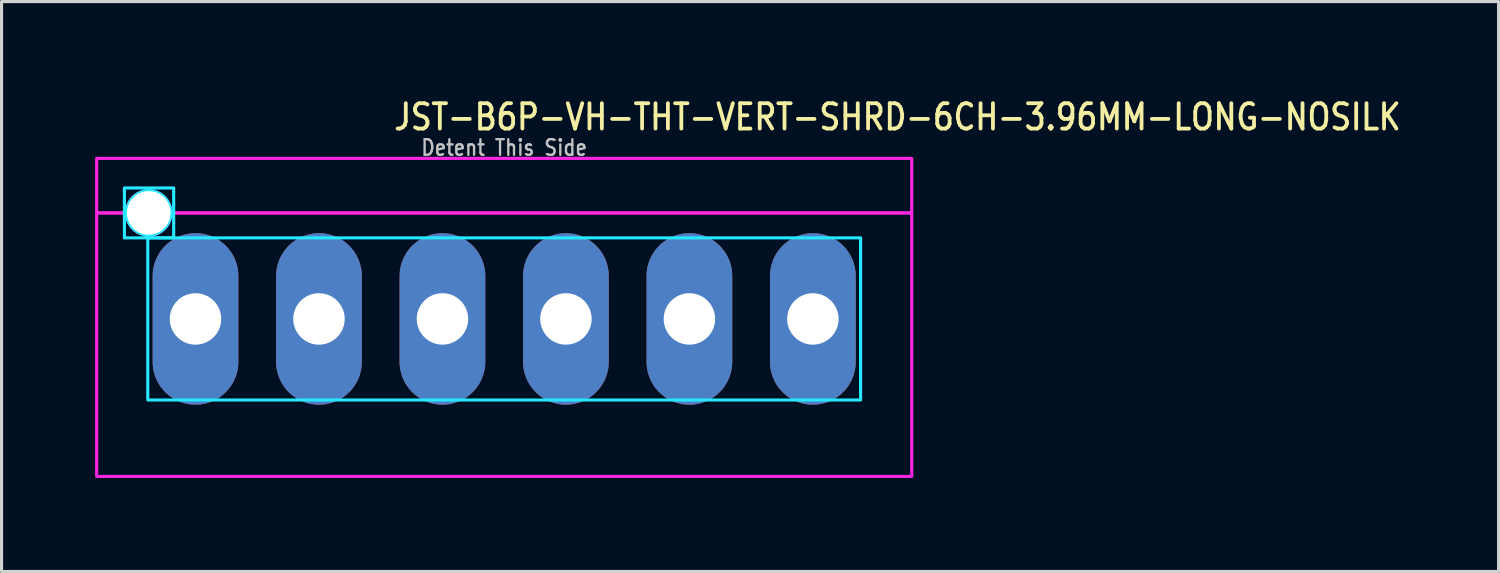
<source format=kicad_pcb>
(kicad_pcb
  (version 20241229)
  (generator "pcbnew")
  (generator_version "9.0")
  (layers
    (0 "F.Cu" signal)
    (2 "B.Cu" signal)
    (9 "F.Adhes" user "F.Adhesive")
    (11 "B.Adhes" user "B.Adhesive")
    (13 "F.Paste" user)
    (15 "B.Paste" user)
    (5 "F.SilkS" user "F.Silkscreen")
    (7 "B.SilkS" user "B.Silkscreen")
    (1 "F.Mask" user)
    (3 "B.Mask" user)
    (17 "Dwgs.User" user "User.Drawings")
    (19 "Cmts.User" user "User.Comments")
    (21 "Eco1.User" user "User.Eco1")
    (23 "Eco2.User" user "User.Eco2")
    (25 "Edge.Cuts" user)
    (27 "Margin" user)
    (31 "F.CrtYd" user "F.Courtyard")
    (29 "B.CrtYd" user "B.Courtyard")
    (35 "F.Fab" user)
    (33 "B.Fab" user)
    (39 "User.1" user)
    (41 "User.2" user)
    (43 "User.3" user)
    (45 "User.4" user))
  (footprint "JST-B6P-VH-THT-VERT-SHRD-6CH-3.96MM-LONG-NOSILK"
    (layer "F.Cu")
    (at 13.12 7.179)
    (property "Reference" "JST-B6P-VH-THT-VERT-SHRD-6CH-3.96MM-LONG-NOSILK" (at -3.6 -6 0) (unlocked yes) (layer "F.SilkS") (effects (font (size 0.813 0.695) (thickness 0.122)) (justify left bottom)))
    (fp_poly (pts (xy -11.43 -2.6) (xy -11.43 2.6) (xy 11.43 2.6) (xy 11.43 -2.6)) (stroke (width 0.1) (type solid)) (fill no) (layer "B.CrtYd"))
    (fp_poly (pts (xy -12.18 -3.4) (xy -12.18 -4.2) (xy -10.6 -4.2) (xy -10.6 -3.4) (xy -10.69 -3.4) (xy -10.69 -3.4) (xy -10.69 -3.411) (xy -10.69 -3.411) (xy -10.69 -3.422) (xy -10.69 -3.422) (xy -10.691 -3.433) (xy -10.691 -3.434) (xy -10.691 -3.445) (xy -10.691 -3.445) (xy -10.692 -3.456) (xy -10.692 -3.456) (xy -10.693 -3.467) (xy -10.693 -3.467) (xy -10.694 -3.478) (xy -10.694 -3.478) (xy -10.696 -3.489) (xy -10.696 -3.489) (xy -10.697 -3.5) (xy -10.697 -3.5) (xy -10.699 -3.511) (xy -10.699 -3.511) (xy -10.701 -3.522) (xy -10.701 -3.522) (xy -10.703 -3.533) (xy -10.703 -3.533) (xy -10.705 -3.544) (xy -10.705 -3.544) (xy -10.707 -3.555) (xy -10.707 -3.555) (xy -10.71 -3.566) (xy -10.71 -3.566) (xy -10.712 -3.576) (xy -10.712 -3.577) (xy -10.715 -3.587) (xy -10.715 -3.587) (xy -10.718 -3.598) (xy -10.718 -3.598) (xy -10.721 -3.609) (xy -10.721 -3.609) (xy -10.725 -3.619) (xy -10.725 -3.619) (xy -10.728 -3.63) (xy -10.728 -3.63) (xy -10.732 -3.64) (xy -10.732 -3.641) (xy -10.736 -3.651) (xy -10.736 -3.651) (xy -10.74 -3.661) (xy -10.74 -3.661) (xy -10.744 -3.672) (xy -10.744 -3.672) (xy -10.748 -3.682) (xy -10.748 -3.682) (xy -10.753 -3.692) (xy -10.753 -3.692) (xy -10.758 -3.702) (xy -10.758 -3.702) (xy -10.762 -3.712) (xy -10.762 -3.712) (xy -10.767 -3.722) (xy -10.767 -3.722) (xy -10.772 -3.732) (xy -10.773 -3.732) (xy -10.778 -3.742) (xy -10.778 -3.742) (xy -10.783 -3.752) (xy -10.783 -3.752) (xy -10.789 -3.761) (xy -10.789 -3.761) (xy -10.795 -3.771) (xy -10.795 -3.771) (xy -10.8 -3.78) (xy -10.801 -3.781) (xy -10.807 -3.79) (xy -10.807 -3.79) (xy -10.813 -3.799) (xy -10.813 -3.799) (xy -10.819 -3.808) (xy -10.819 -3.808) (xy -10.826 -3.817) (xy -10.826 -3.817) (xy -10.832 -3.826) (xy -10.832 -3.826) (xy -10.839 -3.835) (xy -10.839 -3.835) (xy -10.846 -3.844) (xy -10.846 -3.844) (xy -10.853 -3.853) (xy -10.853 -3.853) (xy -10.86 -3.861) (xy -10.86 -3.861) (xy -10.867 -3.869) (xy -10.867 -3.87) (xy -10.875 -3.878) (xy -10.875 -3.878) (xy -10.882 -3.886) (xy -10.882 -3.886) (xy -10.89 -3.894) (xy -10.89 -3.894) (xy -10.898 -3.902) (xy -10.898 -3.902) (xy -10.906 -3.91) (xy -10.906 -3.91) (xy -10.914 -3.918) (xy -10.914 -3.918) (xy -10.922 -3.925) (xy -10.922 -3.925) (xy -10.93 -3.933) (xy -10.931 -3.933) (xy -10.939 -3.94) (xy -10.939 -3.94) (xy -10.947 -3.947) (xy -10.947 -3.947) (xy -10.956 -3.954) (xy -10.956 -3.954) (xy -10.965 -3.961) (xy -10.965 -3.961) (xy -10.974 -3.968) (xy -10.974 -3.968) (xy -10.983 -3.974) (xy -10.983 -3.974) (xy -10.992 -3.981) (xy -10.992 -3.981) (xy -11.001 -3.987) (xy -11.001 -3.987) (xy -11.01 -3.993) (xy -11.01 -3.993) (xy -11.019 -3.999) (xy -11.02 -4) (xy -11.029 -4.005) (xy -11.029 -4.005) (xy -11.039 -4.011) (xy -11.039 -4.011) (xy -11.048 -4.017) (xy -11.048 -4.017) (xy -11.058 -4.022) (xy -11.058 -4.022) (xy -11.068 -4.027) (xy -11.068 -4.028) (xy -11.078 -4.033) (xy -11.078 -4.033) (xy -11.088 -4.038) (xy -11.088 -4.038) (xy -11.098 -4.042) (xy -11.098 -4.042) (xy -11.108 -4.047) (xy -11.108 -4.047) (xy -11.118 -4.052) (xy -11.118 -4.052) (xy -11.128 -4.056) (xy -11.128 -4.056) (xy -11.139 -4.06) (xy -11.139 -4.06) (xy -11.149 -4.064) (xy -11.149 -4.064) (xy -11.159 -4.068) (xy -11.16 -4.068) (xy -11.17 -4.072) (xy -11.17 -4.072) (xy -11.181 -4.075) (xy -11.181 -4.075) (xy -11.191 -4.079) (xy -11.191 -4.079) (xy -11.202 -4.082) (xy -11.202 -4.082) (xy -11.213 -4.085) (xy -11.213 -4.085) (xy -11.223 -4.088) (xy -11.224 -4.088) (xy -11.234 -4.09) (xy -11.234 -4.09) (xy -11.245 -4.093) (xy -11.245 -4.093) (xy -11.256 -4.095) (xy -11.256 -4.095) (xy -11.267 -4.097) (xy -11.267 -4.097) (xy -11.278 -4.099) (xy -11.278 -4.099) (xy -11.289 -4.101) (xy -11.289 -4.101) (xy -11.3 -4.103) (xy -11.3 -4.103) (xy -11.311 -4.104) (xy -11.311 -4.104) (xy -11.322 -4.106) (xy -11.322 -4.106) (xy -11.333 -4.107) (xy -11.333 -4.107) (xy -11.344 -4.108) (xy -11.344 -4.108) (xy -11.355 -4.109) (xy -11.355 -4.109) (xy -11.366 -4.109) (xy -11.367 -4.109) (xy -11.378 -4.11) (xy -11.378 -4.11) (xy -11.389 -4.11) (xy -11.389 -4.11) (xy -11.4 -4.11) (xy -11.4 -4.11) (xy -11.411 -4.11) (xy -11.411 -4.11) (xy -11.422 -4.11) (xy -11.422 -4.11) (xy -11.433 -4.109) (xy -11.434 -4.109) (xy -11.445 -4.109) (xy -11.445 -4.109) (xy -11.456 -4.108) (xy -11.456 -4.108) (xy -11.467 -4.107) (xy -11.467 -4.107) (xy -11.478 -4.106) (xy -11.478 -4.106) (xy -11.489 -4.104) (xy -11.489 -4.104) (xy -11.5 -4.103) (xy -11.5 -4.103) (xy -11.511 -4.101) (xy -11.511 -4.101) (xy -11.522 -4.099) (xy -11.522 -4.099) (xy -11.533 -4.097) (xy -11.533 -4.097) (xy -11.544 -4.095) (xy -11.544 -4.095) (xy -11.555 -4.093) (xy -11.555 -4.093) (xy -11.566 -4.09) (xy -11.566 -4.09) (xy -11.576 -4.088) (xy -11.577 -4.088) (xy -11.587 -4.085) (xy -11.587 -4.085) (xy -11.598 -4.082) (xy -11.598 -4.082) (xy -11.609 -4.079) (xy -11.609 -4.079) (xy -11.619 -4.075) (xy -11.619 -4.075) (xy -11.63 -4.072) (xy -11.63 -4.072) (xy -11.64 -4.068) (xy -11.641 -4.068) (xy -11.651 -4.064) (xy -11.651 -4.064) (xy -11.661 -4.06) (xy -11.661 -4.06) (xy -11.672 -4.056) (xy -11.672 -4.056) (xy -11.682 -4.052) (xy -11.682 -4.052) (xy -11.692 -4.047) (xy -11.692 -4.047) (xy -11.702 -4.042) (xy -11.702 -4.042) (xy -11.712 -4.038) (xy -11.712 -4.038) (xy -11.722 -4.033) (xy -11.722 -4.033) (xy -11.732 -4.028) (xy -11.732 -4.027) (xy -11.742 -4.022) (xy -11.742 -4.022) (xy -11.752 -4.017) (xy -11.752 -4.017) (xy -11.761 -4.011) (xy -11.761 -4.011) (xy -11.771 -4.005) (xy -11.771 -4.005) (xy -11.78 -4) (xy -11.781 -3.999) (xy -11.79 -3.993) (xy -11.79 -3.993) (xy -11.799 -3.987) (xy -11.799 -3.987) (xy -11.808 -3.981) (xy -11.808 -3.981) (xy -11.817 -3.974) (xy -11.817 -3.974) (xy -11.826 -3.968) (xy -11.826 -3.968) (xy -11.835 -3.961) (xy -11.835 -3.961) (xy -11.844 -3.954) (xy -11.844 -3.954) (xy -11.853 -3.947) (xy -11.853 -3.947) (xy -11.861 -3.94) (xy -11.861 -3.94) (xy -11.869 -3.933) (xy -11.87 -3.933) (xy -11.878 -3.925) (xy -11.878 -3.925) (xy -11.886 -3.918) (xy -11.886 -3.918) (xy -11.894 -3.91) (xy -11.894 -3.91) (xy -11.902 -3.902) (xy -11.902 -3.902) (xy -11.91 -3.894) (xy -11.91 -3.894) (xy -11.918 -3.886) (xy -11.918 -3.886) (xy -11.925 -3.878) (xy -11.925 -3.878) (xy -11.933 -3.87) (xy -11.933 -3.869) (xy -11.94 -3.861) (xy -11.94 -3.861) (xy -11.947 -3.853) (xy -11.947 -3.853) (xy -11.954 -3.844) (xy -11.954 -3.844) (xy -11.961 -3.835) (xy -11.961 -3.835) (xy -11.968 -3.826) (xy -11.968 -3.826) (xy -11.974 -3.817) (xy -11.974 -3.817) (xy -11.981 -3.808) (xy -11.981 -3.808) (xy -11.987 -3.799) (xy -11.987 -3.799) (xy -11.993 -3.79) (xy -11.993 -3.79) (xy -11.999 -3.781) (xy -12 -3.78) (xy -12.005 -3.771) (xy -12.005 -3.771) (xy -12.011 -3.761) (xy -12.011 -3.761) (xy -12.017 -3.752) (xy -12.017 -3.752) (xy -12.022 -3.742) (xy -12.022 -3.742) (xy -12.027 -3.732) (xy -12.028 -3.732) (xy -12.033 -3.722) (xy -12.033 -3.722) (xy -12.038 -3.712) (xy -12.038 -3.712) (xy -12.042 -3.702) (xy -12.042 -3.702) (xy -12.047 -3.692) (xy -12.047 -3.692) (xy -12.052 -3.682) (xy -12.052 -3.682) (xy -12.056 -3.672) (xy -12.056 -3.672) (xy -12.06 -3.661) (xy -12.06 -3.661) (xy -12.064 -3.651) (xy -12.064 -3.651) (xy -12.068 -3.641) (xy -12.068 -3.64) (xy -12.072 -3.63) (xy -12.072 -3.63) (xy -12.075 -3.619) (xy -12.075 -3.619) (xy -12.079 -3.609) (xy -12.079 -3.609) (xy -12.082 -3.598) (xy -12.082 -3.598) (xy -12.085 -3.587) (xy -12.085 -3.587) (xy -12.088 -3.577) (xy -12.088 -3.576) (xy -12.09 -3.566) (xy -12.09 -3.566) (xy -12.093 -3.555) (xy -12.093 -3.555) (xy -12.095 -3.544) (xy -12.095 -3.544) (xy -12.097 -3.533) (xy -12.097 -3.533) (xy -12.099 -3.522) (xy -12.099 -3.522) (xy -12.101 -3.511) (xy -12.101 -3.511) (xy -12.103 -3.5) (xy -12.103 -3.5) (xy -12.104 -3.489) (xy -12.104 -3.489) (xy -12.106 -3.478) (xy -12.106 -3.478) (xy -12.107 -3.467) (xy -12.107 -3.467) (xy -12.108 -3.456) (xy -12.108 -3.456) (xy -12.109 -3.445) (xy -12.109 -3.445) (xy -12.109 -3.434) (xy -12.109 -3.433) (xy -12.11 -3.422) (xy -12.11 -3.422) (xy -12.11 -3.411) (xy -12.11 -3.411) (xy -12.11 -3.4) (xy -12.11 -3.4)) (stroke (width 0.1) (type solid)) (fill no) (layer "B.CrtYd"))
    (fp_poly (pts (xy -10.6 -2.6) (xy -12.18 -2.6) (xy -12.18 -3.4) (xy -12.11 -3.4) (xy -12.11 -3.4) (xy -12.11 -3.389) (xy -12.11 -3.389) (xy -12.11 -3.378) (xy -12.11 -3.378) (xy -12.109 -3.367) (xy -12.109 -3.366) (xy -12.109 -3.355) (xy -12.109 -3.355) (xy -12.108 -3.344) (xy -12.108 -3.344) (xy -12.107 -3.333) (xy -12.107 -3.333) (xy -12.106 -3.322) (xy -12.106 -3.322) (xy -12.104 -3.311) (xy -12.104 -3.311) (xy -12.103 -3.3) (xy -12.103 -3.3) (xy -12.101 -3.289) (xy -12.101 -3.289) (xy -12.099 -3.278) (xy -12.099 -3.278) (xy -12.097 -3.267) (xy -12.097 -3.267) (xy -12.095 -3.256) (xy -12.095 -3.256) (xy -12.093 -3.245) (xy -12.093 -3.245) (xy -12.09 -3.234) (xy -12.09 -3.234) (xy -12.088 -3.224) (xy -12.088 -3.223) (xy -12.085 -3.213) (xy -12.085 -3.213) (xy -12.082 -3.202) (xy -12.082 -3.202) (xy -12.079 -3.191) (xy -12.079 -3.191) (xy -12.075 -3.181) (xy -12.075 -3.181) (xy -12.072 -3.17) (xy -12.072 -3.17) (xy -12.068 -3.16) (xy -12.068 -3.159) (xy -12.064 -3.149) (xy -12.064 -3.149) (xy -12.06 -3.139) (xy -12.06 -3.139) (xy -12.056 -3.128) (xy -12.056 -3.128) (xy -12.052 -3.118) (xy -12.052 -3.118) (xy -12.047 -3.108) (xy -12.047 -3.108) (xy -12.042 -3.098) (xy -12.042 -3.098) (xy -12.038 -3.088) (xy -12.038 -3.088) (xy -12.033 -3.078) (xy -12.033 -3.078) (xy -12.028 -3.068) (xy -12.027 -3.068) (xy -12.022 -3.058) (xy -12.022 -3.058) (xy -12.017 -3.048) (xy -12.017 -3.048) (xy -12.011 -3.039) (xy -12.011 -3.039) (xy -12.005 -3.029) (xy -12.005 -3.029) (xy -12 -3.02) (xy -11.999 -3.019) (xy -11.993 -3.01) (xy -11.993 -3.01) (xy -11.987 -3.001) (xy -11.987 -3.001) (xy -11.981 -2.992) (xy -11.981 -2.992) (xy -11.974 -2.983) (xy -11.974 -2.983) (xy -11.968 -2.974) (xy -11.968 -2.974) (xy -11.961 -2.965) (xy -11.961 -2.965) (xy -11.954 -2.956) (xy -11.954 -2.956) (xy -11.947 -2.947) (xy -11.947 -2.947) (xy -11.94 -2.939) (xy -11.94 -2.939) (xy -11.933 -2.931) (xy -11.933 -2.93) (xy -11.925 -2.922) (xy -11.925 -2.922) (xy -11.918 -2.914) (xy -11.918 -2.914) (xy -11.91 -2.906) (xy -11.91 -2.906) (xy -11.902 -2.898) (xy -11.902 -2.898) (xy -11.894 -2.89) (xy -11.894 -2.89) (xy -11.886 -2.882) (xy -11.886 -2.882) (xy -11.878 -2.875) (xy -11.878 -2.875) (xy -11.87 -2.867) (xy -11.869 -2.867) (xy -11.861 -2.86) (xy -11.861 -2.86) (xy -11.853 -2.853) (xy -11.853 -2.853) (xy -11.844 -2.846) (xy -11.844 -2.846) (xy -11.835 -2.839) (xy -11.835 -2.839) (xy -11.826 -2.832) (xy -11.826 -2.832) (xy -11.817 -2.826) (xy -11.817 -2.826) (xy -11.808 -2.819) (xy -11.808 -2.819) (xy -11.799 -2.813) (xy -11.799 -2.813) (xy -11.79 -2.807) (xy -11.79 -2.807) (xy -11.781 -2.801) (xy -11.78 -2.8) (xy -11.771 -2.795) (xy -11.771 -2.795) (xy -11.761 -2.789) (xy -11.761 -2.789) (xy -11.752 -2.783) (xy -11.752 -2.783) (xy -11.742 -2.778) (xy -11.742 -2.778) (xy -11.732 -2.773) (xy -11.732 -2.772) (xy -11.722 -2.767) (xy -11.722 -2.767) (xy -11.712 -2.762) (xy -11.712 -2.762) (xy -11.702 -2.758) (xy -11.702 -2.758) (xy -11.692 -2.753) (xy -11.692 -2.753) (xy -11.682 -2.748) (xy -11.682 -2.748) (xy -11.672 -2.744) (xy -11.672 -2.744) (xy -11.661 -2.74) (xy -11.661 -2.74) (xy -11.651 -2.736) (xy -11.651 -2.736) (xy -11.641 -2.732) (xy -11.64 -2.732) (xy -11.63 -2.728) (xy -11.63 -2.728) (xy -11.619 -2.725) (xy -11.619 -2.725) (xy -11.609 -2.721) (xy -11.609 -2.721) (xy -11.598 -2.718) (xy -11.598 -2.718) (xy -11.587 -2.715) (xy -11.587 -2.715) (xy -11.577 -2.712) (xy -11.576 -2.712) (xy -11.566 -2.71) (xy -11.566 -2.71) (xy -11.555 -2.707) (xy -11.555 -2.707) (xy -11.544 -2.705) (xy -11.544 -2.705) (xy -11.533 -2.703) (xy -11.533 -2.703) (xy -11.522 -2.701) (xy -11.522 -2.701) (xy -11.511 -2.699) (xy -11.511 -2.699) (xy -11.5 -2.697) (xy -11.5 -2.697) (xy -11.489 -2.696) (xy -11.489 -2.696) (xy -11.478 -2.694) (xy -11.478 -2.694) (xy -11.467 -2.693) (xy -11.467 -2.693) (xy -11.456 -2.692) (xy -11.456 -2.692) (xy -11.445 -2.691) (xy -11.445 -2.691) (xy -11.434 -2.691) (xy -11.433 -2.691) (xy -11.422 -2.69) (xy -11.422 -2.69) (xy -11.411 -2.69) (xy -11.411 -2.69) (xy -11.4 -2.69) (xy -11.4 -2.69) (xy -11.389 -2.69) (xy -11.389 -2.69) (xy -11.378 -2.69) (xy -11.378 -2.69) (xy -11.367 -2.691) (xy -11.366 -2.691) (xy -11.355 -2.691) (xy -11.355 -2.691) (xy -11.344 -2.692) (xy -11.344 -2.692) (xy -11.333 -2.693) (xy -11.333 -2.693) (xy -11.322 -2.694) (xy -11.322 -2.694) (xy -11.311 -2.696) (xy -11.311 -2.696) (xy -11.3 -2.697) (xy -11.3 -2.697) (xy -11.289 -2.699) (xy -11.289 -2.699) (xy -11.278 -2.701) (xy -11.278 -2.701) (xy -11.267 -2.703) (xy -11.267 -2.703) (xy -11.256 -2.705) (xy -11.256 -2.705) (xy -11.245 -2.707) (xy -11.245 -2.707) (xy -11.234 -2.71) (xy -11.234 -2.71) (xy -11.224 -2.712) (xy -11.223 -2.712) (xy -11.213 -2.715) (xy -11.213 -2.715) (xy -11.202 -2.718) (xy -11.202 -2.718) (xy -11.191 -2.721) (xy -11.191 -2.721) (xy -11.181 -2.725) (xy -11.181 -2.725) (xy -11.17 -2.728) (xy -11.17 -2.728) (xy -11.16 -2.732) (xy -11.159 -2.732) (xy -11.149 -2.736) (xy -11.149 -2.736) (xy -11.139 -2.74) (xy -11.139 -2.74) (xy -11.128 -2.744) (xy -11.128 -2.744) (xy -11.118 -2.748) (xy -11.118 -2.748) (xy -11.108 -2.753) (xy -11.108 -2.753) (xy -11.098 -2.758) (xy -11.098 -2.758) (xy -11.088 -2.762) (xy -11.088 -2.762) (xy -11.078 -2.767) (xy -11.078 -2.767) (xy -11.068 -2.772) (xy -11.068 -2.773) (xy -11.058 -2.778) (xy -11.058 -2.778) (xy -11.048 -2.783) (xy -11.048 -2.783) (xy -11.039 -2.789) (xy -11.039 -2.789) (xy -11.029 -2.795) (xy -11.029 -2.795) (xy -11.02 -2.8) (xy -11.019 -2.801) (xy -11.01 -2.807) (xy -11.01 -2.807) (xy -11.001 -2.813) (xy -11.001 -2.813) (xy -10.992 -2.819) (xy -10.992 -2.819) (xy -10.983 -2.826) (xy -10.983 -2.826) (xy -10.974 -2.832) (xy -10.974 -2.832) (xy -10.965 -2.839) (xy -10.965 -2.839) (xy -10.956 -2.846) (xy -10.956 -2.846) (xy -10.947 -2.853) (xy -10.947 -2.853) (xy -10.939 -2.86) (xy -10.939 -2.86) (xy -10.931 -2.867) (xy -10.93 -2.867) (xy -10.922 -2.875) (xy -10.922 -2.875) (xy -10.914 -2.882) (xy -10.914 -2.882) (xy -10.906 -2.89) (xy -10.906 -2.89) (xy -10.898 -2.898) (xy -10.898 -2.898) (xy -10.89 -2.906) (xy -10.89 -2.906) (xy -10.882 -2.914) (xy -10.882 -2.914) (xy -10.875 -2.922) (xy -10.875 -2.922) (xy -10.867 -2.93) (xy -10.867 -2.931) (xy -10.86 -2.939) (xy -10.86 -2.939) (xy -10.853 -2.947) (xy -10.853 -2.947) (xy -10.846 -2.956) (xy -10.846 -2.956) (xy -10.839 -2.965) (xy -10.839 -2.965) (xy -10.832 -2.974) (xy -10.832 -2.974) (xy -10.826 -2.983) (xy -10.826 -2.983) (xy -10.819 -2.992) (xy -10.819 -2.992) (xy -10.813 -3.001) (xy -10.813 -3.001) (xy -10.807 -3.01) (xy -10.807 -3.01) (xy -10.801 -3.019) (xy -10.8 -3.02) (xy -10.795 -3.029) (xy -10.795 -3.029) (xy -10.789 -3.039) (xy -10.789 -3.039) (xy -10.783 -3.048) (xy -10.783 -3.048) (xy -10.778 -3.058) (xy -10.778 -3.058) (xy -10.773 -3.068) (xy -10.772 -3.068) (xy -10.767 -3.078) (xy -10.767 -3.078) (xy -10.762 -3.088) (xy -10.762 -3.088) (xy -10.758 -3.098) (xy -10.758 -3.098) (xy -10.753 -3.108) (xy -10.753 -3.108) (xy -10.748 -3.118) (xy -10.748 -3.118) (xy -10.744 -3.128) (xy -10.744 -3.128) (xy -10.74 -3.139) (xy -10.74 -3.139) (xy -10.736 -3.149) (xy -10.736 -3.149) (xy -10.732 -3.159) (xy -10.732 -3.16) (xy -10.728 -3.17) (xy -10.728 -3.17) (xy -10.725 -3.181) (xy -10.725 -3.181) (xy -10.721 -3.191) (xy -10.721 -3.191) (xy -10.718 -3.202) (xy -10.718 -3.202) (xy -10.715 -3.213) (xy -10.715 -3.213) (xy -10.712 -3.223) (xy -10.712 -3.224) (xy -10.71 -3.234) (xy -10.71 -3.234) (xy -10.707 -3.245) (xy -10.707 -3.245) (xy -10.705 -3.256) (xy -10.705 -3.256) (xy -10.703 -3.267) (xy -10.703 -3.267) (xy -10.701 -3.278) (xy -10.701 -3.278) (xy -10.699 -3.289) (xy -10.699 -3.289) (xy -10.697 -3.3) (xy -10.697 -3.3) (xy -10.696 -3.311) (xy -10.696 -3.311) (xy -10.694 -3.322) (xy -10.694 -3.322) (xy -10.693 -3.333) (xy -10.693 -3.333) (xy -10.692 -3.344) (xy -10.692 -3.344) (xy -10.691 -3.355) (xy -10.691 -3.355) (xy -10.691 -3.366) (xy -10.691 -3.367) (xy -10.69 -3.378) (xy -10.69 -3.378) (xy -10.69 -3.389) (xy -10.69 -3.389) (xy -10.69 -3.4) (xy -10.69 -3.4) (xy -10.6 -3.4)) (stroke (width 0.1) (type solid)) (fill no) (layer "B.CrtYd"))
    (fp_poly (pts (xy 13.07 -5.15) (xy 13.07 -3.4) (xy -10.69 -3.4) (xy -10.69 -3.4) (xy -10.69 -3.411) (xy -10.69 -3.411) (xy -10.69 -3.422) (xy -10.69 -3.422) (xy -10.691 -3.433) (xy -10.691 -3.434) (xy -10.691 -3.445) (xy -10.691 -3.445) (xy -10.692 -3.456) (xy -10.692 -3.456) (xy -10.693 -3.467) (xy -10.693 -3.467) (xy -10.694 -3.478) (xy -10.694 -3.478) (xy -10.696 -3.489) (xy -10.696 -3.489) (xy -10.697 -3.5) (xy -10.697 -3.5) (xy -10.699 -3.511) (xy -10.699 -3.511) (xy -10.701 -3.522) (xy -10.701 -3.522) (xy -10.703 -3.533) (xy -10.703 -3.533) (xy -10.705 -3.544) (xy -10.705 -3.544) (xy -10.707 -3.555) (xy -10.707 -3.555) (xy -10.71 -3.566) (xy -10.71 -3.566) (xy -10.712 -3.576) (xy -10.712 -3.577) (xy -10.715 -3.587) (xy -10.715 -3.587) (xy -10.718 -3.598) (xy -10.718 -3.598) (xy -10.721 -3.609) (xy -10.721 -3.609) (xy -10.725 -3.619) (xy -10.725 -3.619) (xy -10.728 -3.63) (xy -10.728 -3.63) (xy -10.732 -3.64) (xy -10.732 -3.641) (xy -10.736 -3.651) (xy -10.736 -3.651) (xy -10.74 -3.661) (xy -10.74 -3.661) (xy -10.744 -3.672) (xy -10.744 -3.672) (xy -10.748 -3.682) (xy -10.748 -3.682) (xy -10.753 -3.692) (xy -10.753 -3.692) (xy -10.758 -3.702) (xy -10.758 -3.702) (xy -10.762 -3.712) (xy -10.762 -3.712) (xy -10.767 -3.722) (xy -10.767 -3.722) (xy -10.772 -3.732) (xy -10.773 -3.732) (xy -10.778 -3.742) (xy -10.778 -3.742) (xy -10.783 -3.752) (xy -10.783 -3.752) (xy -10.789 -3.761) (xy -10.789 -3.761) (xy -10.795 -3.771) (xy -10.795 -3.771) (xy -10.8 -3.78) (xy -10.801 -3.781) (xy -10.807 -3.79) (xy -10.807 -3.79) (xy -10.813 -3.799) (xy -10.813 -3.799) (xy -10.819 -3.808) (xy -10.819 -3.808) (xy -10.826 -3.817) (xy -10.826 -3.817) (xy -10.832 -3.826) (xy -10.832 -3.826) (xy -10.839 -3.835) (xy -10.839 -3.835) (xy -10.846 -3.844) (xy -10.846 -3.844) (xy -10.853 -3.853) (xy -10.853 -3.853) (xy -10.86 -3.861) (xy -10.86 -3.861) (xy -10.867 -3.869) (xy -10.867 -3.87) (xy -10.875 -3.878) (xy -10.875 -3.878) (xy -10.882 -3.886) (xy -10.882 -3.886) (xy -10.89 -3.894) (xy -10.89 -3.894) (xy -10.898 -3.902) (xy -10.898 -3.902) (xy -10.906 -3.91) (xy -10.906 -3.91) (xy -10.914 -3.918) (xy -10.914 -3.918) (xy -10.922 -3.925) (xy -10.922 -3.925) (xy -10.93 -3.933) (xy -10.931 -3.933) (xy -10.939 -3.94) (xy -10.939 -3.94) (xy -10.947 -3.947) (xy -10.947 -3.947) (xy -10.956 -3.954) (xy -10.956 -3.954) (xy -10.965 -3.961) (xy -10.965 -3.961) (xy -10.974 -3.968) (xy -10.974 -3.968) (xy -10.983 -3.974) (xy -10.983 -3.974) (xy -10.992 -3.981) (xy -10.992 -3.981) (xy -11.001 -3.987) (xy -11.001 -3.987) (xy -11.01 -3.993) (xy -11.01 -3.993) (xy -11.019 -3.999) (xy -11.02 -4) (xy -11.029 -4.005) (xy -11.029 -4.005) (xy -11.039 -4.011) (xy -11.039 -4.011) (xy -11.048 -4.017) (xy -11.048 -4.017) (xy -11.058 -4.022) (xy -11.058 -4.022) (xy -11.068 -4.027) (xy -11.068 -4.028) (xy -11.078 -4.033) (xy -11.078 -4.033) (xy -11.088 -4.038) (xy -11.088 -4.038) (xy -11.098 -4.042) (xy -11.098 -4.042) (xy -11.108 -4.047) (xy -11.108 -4.047) (xy -11.118 -4.052) (xy -11.118 -4.052) (xy -11.128 -4.056) (xy -11.128 -4.056) (xy -11.139 -4.06) (xy -11.139 -4.06) (xy -11.149 -4.064) (xy -11.149 -4.064) (xy -11.159 -4.068) (xy -11.16 -4.068) (xy -11.17 -4.072) (xy -11.17 -4.072) (xy -11.181 -4.075) (xy -11.181 -4.075) (xy -11.191 -4.079) (xy -11.191 -4.079) (xy -11.202 -4.082) (xy -11.202 -4.082) (xy -11.213 -4.085) (xy -11.213 -4.085) (xy -11.223 -4.088) (xy -11.224 -4.088) (xy -11.234 -4.09) (xy -11.234 -4.09) (xy -11.245 -4.093) (xy -11.245 -4.093) (xy -11.256 -4.095) (xy -11.256 -4.095) (xy -11.267 -4.097) (xy -11.267 -4.097) (xy -11.278 -4.099) (xy -11.278 -4.099) (xy -11.289 -4.101) (xy -11.289 -4.101) (xy -11.3 -4.103) (xy -11.3 -4.103) (xy -11.311 -4.104) (xy -11.311 -4.104) (xy -11.322 -4.106) (xy -11.322 -4.106) (xy -11.333 -4.107) (xy -11.333 -4.107) (xy -11.344 -4.108) (xy -11.344 -4.108) (xy -11.355 -4.109) (xy -11.355 -4.109) (xy -11.366 -4.109) (xy -11.367 -4.109) (xy -11.378 -4.11) (xy -11.378 -4.11) (xy -11.389 -4.11) (xy -11.389 -4.11) (xy -11.4 -4.11) (xy -11.4 -4.11) (xy -11.411 -4.11) (xy -11.411 -4.11) (xy -11.422 -4.11) (xy -11.422 -4.11) (xy -11.433 -4.109) (xy -11.434 -4.109) (xy -11.445 -4.109) (xy -11.445 -4.109) (xy -11.456 -4.108) (xy -11.456 -4.108) (xy -11.467 -4.107) (xy -11.467 -4.107) (xy -11.478 -4.106) (xy -11.478 -4.106) (xy -11.489 -4.104) (xy -11.489 -4.104) (xy -11.5 -4.103) (xy -11.5 -4.103) (xy -11.511 -4.101) (xy -11.511 -4.101) (xy -11.522 -4.099) (xy -11.522 -4.099) (xy -11.533 -4.097) (xy -11.533 -4.097) (xy -11.544 -4.095) (xy -11.544 -4.095) (xy -11.555 -4.093) (xy -11.555 -4.093) (xy -11.566 -4.09) (xy -11.566 -4.09) (xy -11.576 -4.088) (xy -11.577 -4.088) (xy -11.587 -4.085) (xy -11.587 -4.085) (xy -11.598 -4.082) (xy -11.598 -4.082) (xy -11.609 -4.079) (xy -11.609 -4.079) (xy -11.619 -4.075) (xy -11.619 -4.075) (xy -11.63 -4.072) (xy -11.63 -4.072) (xy -11.64 -4.068) (xy -11.641 -4.068) (xy -11.651 -4.064) (xy -11.651 -4.064) (xy -11.661 -4.06) (xy -11.661 -4.06) (xy -11.672 -4.056) (xy -11.672 -4.056) (xy -11.682 -4.052) (xy -11.682 -4.052) (xy -11.692 -4.047) (xy -11.692 -4.047) (xy -11.702 -4.042) (xy -11.702 -4.042) (xy -11.712 -4.038) (xy -11.712 -4.038) (xy -11.722 -4.033) (xy -11.722 -4.033) (xy -11.732 -4.028) (xy -11.732 -4.027) (xy -11.742 -4.022) (xy -11.742 -4.022) (xy -11.752 -4.017) (xy -11.752 -4.017) (xy -11.761 -4.011) (xy -11.761 -4.011) (xy -11.771 -4.005) (xy -11.771 -4.005) (xy -11.78 -4) (xy -11.781 -3.999) (xy -11.79 -3.993) (xy -11.79 -3.993) (xy -11.799 -3.987) (xy -11.799 -3.987) (xy -11.808 -3.981) (xy -11.808 -3.981) (xy -11.817 -3.974) (xy -11.817 -3.974) (xy -11.826 -3.968) (xy -11.826 -3.968) (xy -11.835 -3.961) (xy -11.835 -3.961) (xy -11.844 -3.954) (xy -11.844 -3.954) (xy -11.853 -3.947) (xy -11.853 -3.947) (xy -11.861 -3.94) (xy -11.861 -3.94) (xy -11.869 -3.933) (xy -11.87 -3.933) (xy -11.878 -3.925) (xy -11.878 -3.925) (xy -11.886 -3.918) (xy -11.886 -3.918) (xy -11.894 -3.91) (xy -11.894 -3.91) (xy -11.902 -3.902) (xy -11.902 -3.902) (xy -11.91 -3.894) (xy -11.91 -3.894) (xy -11.918 -3.886) (xy -11.918 -3.886) (xy -11.925 -3.878) (xy -11.925 -3.878) (xy -11.933 -3.87) (xy -11.933 -3.869) (xy -11.94 -3.861) (xy -11.94 -3.861) (xy -11.947 -3.853) (xy -11.947 -3.853) (xy -11.954 -3.844) (xy -11.954 -3.844) (xy -11.961 -3.835) (xy -11.961 -3.835) (xy -11.968 -3.826) (xy -11.968 -3.826) (xy -11.974 -3.817) (xy -11.974 -3.817) (xy -11.981 -3.808) (xy -11.981 -3.808) (xy -11.987 -3.799) (xy -11.987 -3.799) (xy -11.993 -3.79) (xy -11.993 -3.79) (xy -11.999 -3.781) (xy -12 -3.78) (xy -12.005 -3.771) (xy -12.005 -3.771) (xy -12.011 -3.761) (xy -12.011 -3.761) (xy -12.017 -3.752) (xy -12.017 -3.752) (xy -12.022 -3.742) (xy -12.022 -3.742) (xy -12.027 -3.732) (xy -12.028 -3.732) (xy -12.033 -3.722) (xy -12.033 -3.722) (xy -12.038 -3.712) (xy -12.038 -3.712) (xy -12.042 -3.702) (xy -12.042 -3.702) (xy -12.047 -3.692) (xy -12.047 -3.692) (xy -12.052 -3.682) (xy -12.052 -3.682) (xy -12.056 -3.672) (xy -12.056 -3.672) (xy -12.06 -3.661) (xy -12.06 -3.661) (xy -12.064 -3.651) (xy -12.064 -3.651) (xy -12.068 -3.641) (xy -12.068 -3.64) (xy -12.072 -3.63) (xy -12.072 -3.63) (xy -12.075 -3.619) (xy -12.075 -3.619) (xy -12.079 -3.609) (xy -12.079 -3.609) (xy -12.082 -3.598) (xy -12.082 -3.598) (xy -12.085 -3.587) (xy -12.085 -3.587) (xy -12.088 -3.577) (xy -12.088 -3.576) (xy -12.09 -3.566) (xy -12.09 -3.566) (xy -12.093 -3.555) (xy -12.093 -3.555) (xy -12.095 -3.544) (xy -12.095 -3.544) (xy -12.097 -3.533) (xy -12.097 -3.533) (xy -12.099 -3.522) (xy -12.099 -3.522) (xy -12.101 -3.511) (xy -12.101 -3.511) (xy -12.103 -3.5) (xy -12.103 -3.5) (xy -12.104 -3.489) (xy -12.104 -3.489) (xy -12.106 -3.478) (xy -12.106 -3.478) (xy -12.107 -3.467) (xy -12.107 -3.467) (xy -12.108 -3.456) (xy -12.108 -3.456) (xy -12.109 -3.445) (xy -12.109 -3.445) (xy -12.109 -3.434) (xy -12.109 -3.433) (xy -12.11 -3.422) (xy -12.11 -3.422) (xy -12.11 -3.411) (xy -12.11 -3.411) (xy -12.11 -3.4) (xy -12.11 -3.4) (xy -13.07 -3.4) (xy -13.07 -5.15)) (stroke (width 0.1) (type solid)) (fill no) (layer "F.CrtYd"))
    (fp_poly (pts (xy 13.07 -3.4) (xy 13.07 5.05) (xy -13.07 5.05) (xy -13.07 -3.4) (xy -12.11 -3.4) (xy -12.11 -3.4) (xy -12.11 -3.389) (xy -12.11 -3.389) (xy -12.11 -3.378) (xy -12.11 -3.378) (xy -12.109 -3.367) (xy -12.109 -3.366) (xy -12.109 -3.355) (xy -12.109 -3.355) (xy -12.108 -3.344) (xy -12.108 -3.344) (xy -12.107 -3.333) (xy -12.107 -3.333) (xy -12.106 -3.322) (xy -12.106 -3.322) (xy -12.104 -3.311) (xy -12.104 -3.311) (xy -12.103 -3.3) (xy -12.103 -3.3) (xy -12.101 -3.289) (xy -12.101 -3.289) (xy -12.099 -3.278) (xy -12.099 -3.278) (xy -12.097 -3.267) (xy -12.097 -3.267) (xy -12.095 -3.256) (xy -12.095 -3.256) (xy -12.093 -3.245) (xy -12.093 -3.245) (xy -12.09 -3.234) (xy -12.09 -3.234) (xy -12.088 -3.224) (xy -12.088 -3.223) (xy -12.085 -3.213) (xy -12.085 -3.213) (xy -12.082 -3.202) (xy -12.082 -3.202) (xy -12.079 -3.191) (xy -12.079 -3.191) (xy -12.075 -3.181) (xy -12.075 -3.181) (xy -12.072 -3.17) (xy -12.072 -3.17) (xy -12.068 -3.16) (xy -12.068 -3.159) (xy -12.064 -3.149) (xy -12.064 -3.149) (xy -12.06 -3.139) (xy -12.06 -3.139) (xy -12.056 -3.128) (xy -12.056 -3.128) (xy -12.052 -3.118) (xy -12.052 -3.118) (xy -12.047 -3.108) (xy -12.047 -3.108) (xy -12.042 -3.098) (xy -12.042 -3.098) (xy -12.038 -3.088) (xy -12.038 -3.088) (xy -12.033 -3.078) (xy -12.033 -3.078) (xy -12.028 -3.068) (xy -12.027 -3.068) (xy -12.022 -3.058) (xy -12.022 -3.058) (xy -12.017 -3.048) (xy -12.017 -3.048) (xy -12.011 -3.039) (xy -12.011 -3.039) (xy -12.005 -3.029) (xy -12.005 -3.029) (xy -12 -3.02) (xy -11.999 -3.019) (xy -11.993 -3.01) (xy -11.993 -3.01) (xy -11.987 -3.001) (xy -11.987 -3.001) (xy -11.981 -2.992) (xy -11.981 -2.992) (xy -11.974 -2.983) (xy -11.974 -2.983) (xy -11.968 -2.974) (xy -11.968 -2.974) (xy -11.961 -2.965) (xy -11.961 -2.965) (xy -11.954 -2.956) (xy -11.954 -2.956) (xy -11.947 -2.947) (xy -11.947 -2.947) (xy -11.94 -2.939) (xy -11.94 -2.939) (xy -11.933 -2.931) (xy -11.933 -2.93) (xy -11.925 -2.922) (xy -11.925 -2.922) (xy -11.918 -2.914) (xy -11.918 -2.914) (xy -11.91 -2.906) (xy -11.91 -2.906) (xy -11.902 -2.898) (xy -11.902 -2.898) (xy -11.894 -2.89) (xy -11.894 -2.89) (xy -11.886 -2.882) (xy -11.886 -2.882) (xy -11.878 -2.875) (xy -11.878 -2.875) (xy -11.87 -2.867) (xy -11.869 -2.867) (xy -11.861 -2.86) (xy -11.861 -2.86) (xy -11.853 -2.853) (xy -11.853 -2.853) (xy -11.844 -2.846) (xy -11.844 -2.846) (xy -11.835 -2.839) (xy -11.835 -2.839) (xy -11.826 -2.832) (xy -11.826 -2.832) (xy -11.817 -2.826) (xy -11.817 -2.826) (xy -11.808 -2.819) (xy -11.808 -2.819) (xy -11.799 -2.813) (xy -11.799 -2.813) (xy -11.79 -2.807) (xy -11.79 -2.807) (xy -11.781 -2.801) (xy -11.78 -2.8) (xy -11.771 -2.795) (xy -11.771 -2.795) (xy -11.761 -2.789) (xy -11.761 -2.789) (xy -11.752 -2.783) (xy -11.752 -2.783) (xy -11.742 -2.778) (xy -11.742 -2.778) (xy -11.732 -2.773) (xy -11.732 -2.772) (xy -11.722 -2.767) (xy -11.722 -2.767) (xy -11.712 -2.762) (xy -11.712 -2.762) (xy -11.702 -2.758) (xy -11.702 -2.758) (xy -11.692 -2.753) (xy -11.692 -2.753) (xy -11.682 -2.748) (xy -11.682 -2.748) (xy -11.672 -2.744) (xy -11.672 -2.744) (xy -11.661 -2.74) (xy -11.661 -2.74) (xy -11.651 -2.736) (xy -11.651 -2.736) (xy -11.641 -2.732) (xy -11.64 -2.732) (xy -11.63 -2.728) (xy -11.63 -2.728) (xy -11.619 -2.725) (xy -11.619 -2.725) (xy -11.609 -2.721) (xy -11.609 -2.721) (xy -11.598 -2.718) (xy -11.598 -2.718) (xy -11.587 -2.715) (xy -11.587 -2.715) (xy -11.577 -2.712) (xy -11.576 -2.712) (xy -11.566 -2.71) (xy -11.566 -2.71) (xy -11.555 -2.707) (xy -11.555 -2.707) (xy -11.544 -2.705) (xy -11.544 -2.705) (xy -11.533 -2.703) (xy -11.533 -2.703) (xy -11.522 -2.701) (xy -11.522 -2.701) (xy -11.511 -2.699) (xy -11.511 -2.699) (xy -11.5 -2.697) (xy -11.5 -2.697) (xy -11.489 -2.696) (xy -11.489 -2.696) (xy -11.478 -2.694) (xy -11.478 -2.694) (xy -11.467 -2.693) (xy -11.467 -2.693) (xy -11.456 -2.692) (xy -11.456 -2.692) (xy -11.445 -2.691) (xy -11.445 -2.691) (xy -11.434 -2.691) (xy -11.433 -2.691) (xy -11.422 -2.69) (xy -11.422 -2.69) (xy -11.411 -2.69) (xy -11.411 -2.69) (xy -11.4 -2.69) (xy -11.4 -2.69) (xy -11.389 -2.69) (xy -11.389 -2.69) (xy -11.378 -2.69) (xy -11.378 -2.69) (xy -11.367 -2.691) (xy -11.366 -2.691) (xy -11.355 -2.691) (xy -11.355 -2.691) (xy -11.344 -2.692) (xy -11.344 -2.692) (xy -11.333 -2.693) (xy -11.333 -2.693) (xy -11.322 -2.694) (xy -11.322 -2.694) (xy -11.311 -2.696) (xy -11.311 -2.696) (xy -11.3 -2.697) (xy -11.3 -2.697) (xy -11.289 -2.699) (xy -11.289 -2.699) (xy -11.278 -2.701) (xy -11.278 -2.701) (xy -11.267 -2.703) (xy -11.267 -2.703) (xy -11.256 -2.705) (xy -11.256 -2.705) (xy -11.245 -2.707) (xy -11.245 -2.707) (xy -11.234 -2.71) (xy -11.234 -2.71) (xy -11.224 -2.712) (xy -11.223 -2.712) (xy -11.213 -2.715) (xy -11.213 -2.715) (xy -11.202 -2.718) (xy -11.202 -2.718) (xy -11.191 -2.721) (xy -11.191 -2.721) (xy -11.181 -2.725) (xy -11.181 -2.725) (xy -11.17 -2.728) (xy -11.17 -2.728) (xy -11.16 -2.732) (xy -11.159 -2.732) (xy -11.149 -2.736) (xy -11.149 -2.736) (xy -11.139 -2.74) (xy -11.139 -2.74) (xy -11.128 -2.744) (xy -11.128 -2.744) (xy -11.118 -2.748) (xy -11.118 -2.748) (xy -11.108 -2.753) (xy -11.108 -2.753) (xy -11.098 -2.758) (xy -11.098 -2.758) (xy -11.088 -2.762) (xy -11.088 -2.762) (xy -11.078 -2.767) (xy -11.078 -2.767) (xy -11.068 -2.772) (xy -11.068 -2.773) (xy -11.058 -2.778) (xy -11.058 -2.778) (xy -11.048 -2.783) (xy -11.048 -2.783) (xy -11.039 -2.789) (xy -11.039 -2.789) (xy -11.029 -2.795) (xy -11.029 -2.795) (xy -11.02 -2.8) (xy -11.019 -2.801) (xy -11.01 -2.807) (xy -11.01 -2.807) (xy -11.001 -2.813) (xy -11.001 -2.813) (xy -10.992 -2.819) (xy -10.992 -2.819) (xy -10.983 -2.826) (xy -10.983 -2.826) (xy -10.974 -2.832) (xy -10.974 -2.832) (xy -10.965 -2.839) (xy -10.965 -2.839) (xy -10.956 -2.846) (xy -10.956 -2.846) (xy -10.947 -2.853) (xy -10.947 -2.853) (xy -10.939 -2.86) (xy -10.939 -2.86) (xy -10.931 -2.867) (xy -10.93 -2.867) (xy -10.922 -2.875) (xy -10.922 -2.875) (xy -10.914 -2.882) (xy -10.914 -2.882) (xy -10.906 -2.89) (xy -10.906 -2.89) (xy -10.898 -2.898) (xy -10.898 -2.898) (xy -10.89 -2.906) (xy -10.89 -2.906) (xy -10.882 -2.914) (xy -10.882 -2.914) (xy -10.875 -2.922) (xy -10.875 -2.922) (xy -10.867 -2.93) (xy -10.867 -2.931) (xy -10.86 -2.939) (xy -10.86 -2.939) (xy -10.853 -2.947) (xy -10.853 -2.947) (xy -10.846 -2.956) (xy -10.846 -2.956) (xy -10.839 -2.965) (xy -10.839 -2.965) (xy -10.832 -2.974) (xy -10.832 -2.974) (xy -10.826 -2.983) (xy -10.826 -2.983) (xy -10.819 -2.992) (xy -10.819 -2.992) (xy -10.813 -3.001) (xy -10.813 -3.001) (xy -10.807 -3.01) (xy -10.807 -3.01) (xy -10.801 -3.019) (xy -10.8 -3.02) (xy -10.795 -3.029) (xy -10.795 -3.029) (xy -10.789 -3.039) (xy -10.789 -3.039) (xy -10.783 -3.048) (xy -10.783 -3.048) (xy -10.778 -3.058) (xy -10.778 -3.058) (xy -10.773 -3.068) (xy -10.772 -3.068) (xy -10.767 -3.078) (xy -10.767 -3.078) (xy -10.762 -3.088) (xy -10.762 -3.088) (xy -10.758 -3.098) (xy -10.758 -3.098) (xy -10.753 -3.108) (xy -10.753 -3.108) (xy -10.748 -3.118) (xy -10.748 -3.118) (xy -10.744 -3.128) (xy -10.744 -3.128) (xy -10.74 -3.139) (xy -10.74 -3.139) (xy -10.736 -3.149) (xy -10.736 -3.149) (xy -10.732 -3.159) (xy -10.732 -3.16) (xy -10.728 -3.17) (xy -10.728 -3.17) (xy -10.725 -3.181) (xy -10.725 -3.181) (xy -10.721 -3.191) (xy -10.721 -3.191) (xy -10.718 -3.202) (xy -10.718 -3.202) (xy -10.715 -3.213) (xy -10.715 -3.213) (xy -10.712 -3.223) (xy -10.712 -3.224) (xy -10.71 -3.234) (xy -10.71 -3.234) (xy -10.707 -3.245) (xy -10.707 -3.245) (xy -10.705 -3.256) (xy -10.705 -3.256) (xy -10.703 -3.267) (xy -10.703 -3.267) (xy -10.701 -3.278) (xy -10.701 -3.278) (xy -10.699 -3.289) (xy -10.699 -3.289) (xy -10.697 -3.3) (xy -10.697 -3.3) (xy -10.696 -3.311) (xy -10.696 -3.311) (xy -10.694 -3.322) (xy -10.694 -3.322) (xy -10.693 -3.333) (xy -10.693 -3.333) (xy -10.692 -3.344) (xy -10.692 -3.344) (xy -10.691 -3.355) (xy -10.691 -3.355) (xy -10.691 -3.366) (xy -10.691 -3.367) (xy -10.69 -3.378) (xy -10.69 -3.378) (xy -10.69 -3.389) (xy -10.69 -3.389) (xy -10.69 -3.4) (xy -10.69 -3.4)) (stroke (width 0.1) (type solid)) (fill no) (layer "F.CrtYd"))
    (fp_text user "Detent This Side" (at 0 -5.2 0) (unlocked yes) (layer "Dwgs.User") (effects (font (size 0.5 0.427) (thickness 0.075)) (justify bottom)))
    (pad "" np_thru_hole circle (at -11.4 -3.4) (size 1.4 1.4) (drill 1.4) (layers "*.Cu" "*.Mask"))
    (pad "1" thru_hole oval (at -9.9 0 90) (size 5.5 2.75) (drill 1.65) (layers "*.Cu" "*.Mask"))
    (pad "2" thru_hole oval (at -5.94 0 90) (size 5.5 2.75) (drill 1.65) (layers "*.Cu" "*.Mask"))
    (pad "3" thru_hole oval (at -1.98 0 90) (size 5.5 2.75) (drill 1.65) (layers "*.Cu" "*.Mask"))
    (pad "4" thru_hole oval (at 1.98 0 90) (size 5.5 2.75) (drill 1.65) (layers "*.Cu" "*.Mask"))
    (pad "5" thru_hole oval (at 5.94 0 90) (size 5.5 2.75) (drill 1.65) (layers "*.Cu" "*.Mask"))
    (pad "6" thru_hole oval (at 9.9 0 90) (size 5.5 2.75) (drill 1.65) (layers "*.Cu" "*.Mask")))
  (gr_rect
    (start -3 -3)
    (end 45.012 15.279)
    (stroke (width 0.1) (type default))
    (fill no)
    (layer "Edge.Cuts")))
</source>
